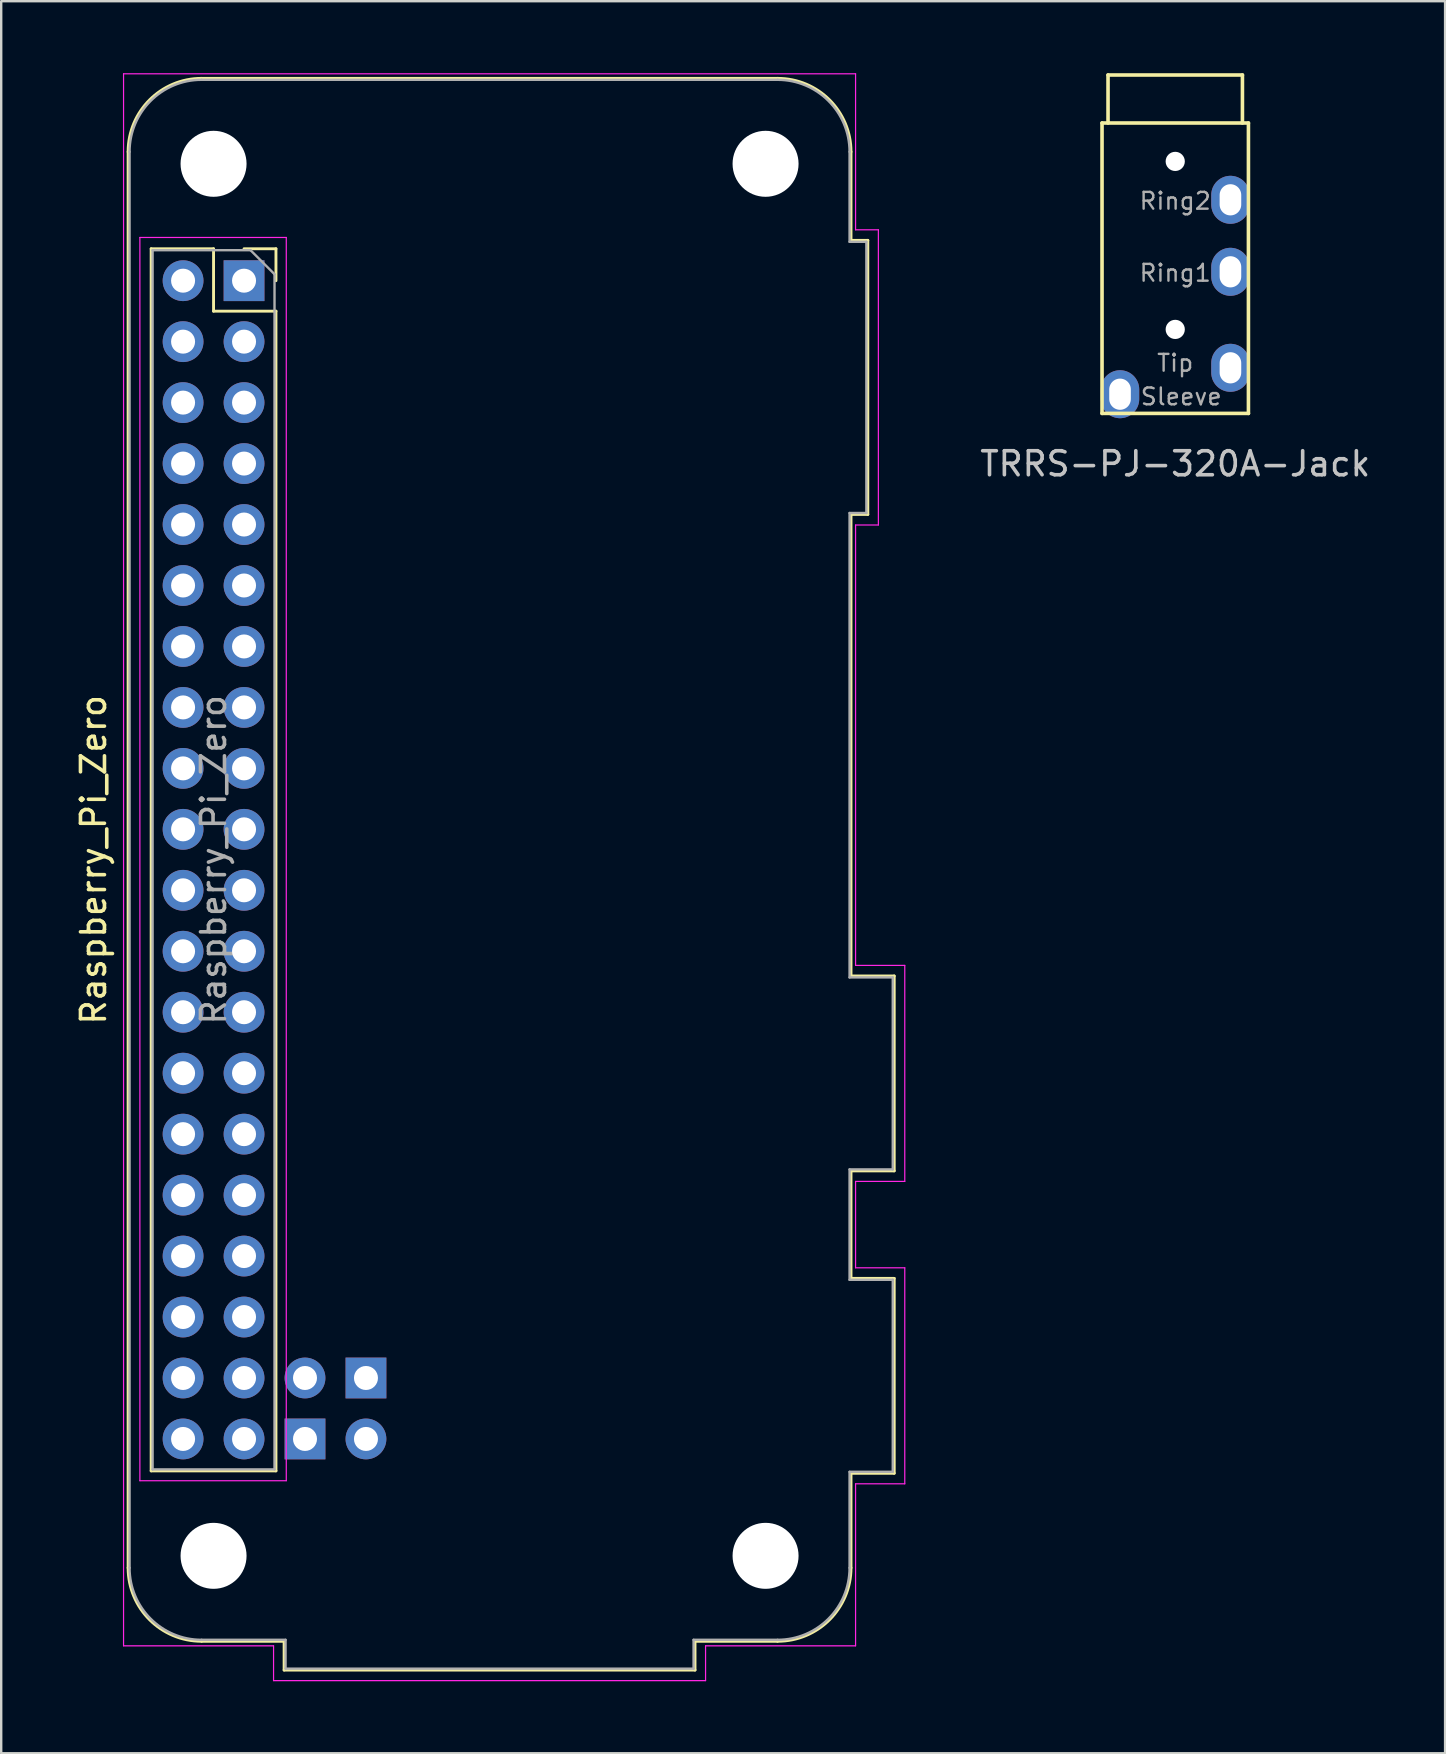
<source format=kicad_pcb>
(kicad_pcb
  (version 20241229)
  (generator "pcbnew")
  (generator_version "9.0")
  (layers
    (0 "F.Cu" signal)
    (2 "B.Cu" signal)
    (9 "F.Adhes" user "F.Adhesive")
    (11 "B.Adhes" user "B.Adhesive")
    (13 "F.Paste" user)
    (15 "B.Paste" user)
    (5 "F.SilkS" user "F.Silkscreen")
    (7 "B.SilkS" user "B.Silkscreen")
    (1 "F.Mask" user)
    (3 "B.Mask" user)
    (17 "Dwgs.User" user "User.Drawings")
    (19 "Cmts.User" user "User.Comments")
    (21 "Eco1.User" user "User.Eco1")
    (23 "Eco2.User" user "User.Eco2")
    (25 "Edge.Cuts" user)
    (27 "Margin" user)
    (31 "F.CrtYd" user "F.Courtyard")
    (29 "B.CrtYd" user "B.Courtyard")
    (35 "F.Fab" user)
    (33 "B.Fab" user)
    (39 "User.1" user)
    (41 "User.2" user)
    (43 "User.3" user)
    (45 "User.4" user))
  (footprint "Raspberry_Pi_Zero"
    (layer "F.Cu")
    (at 7.118 8.645)
    (property "Reference" "Raspberry_Pi_Zero" (at -6.27 24.13 90) (layer "F.SilkS") (effects (font (size 1 1) (thickness 0.15))))
    (attr through_hole)
    (fp_line (start -4.83 53.63) (end -4.83 -5.37) (stroke (width 0.12) (type solid)) (layer "F.SilkS"))
    (fp_line (start -3.87 -1.33) (end -3.87 49.59) (stroke (width 0.12) (type solid)) (layer "F.SilkS"))
    (fp_line (start -3.87 -1.33) (end -1.27 -1.33) (stroke (width 0.12) (type solid)) (layer "F.SilkS"))
    (fp_line (start -3.87 49.59) (end 1.33 49.59) (stroke (width 0.12) (type solid)) (layer "F.SilkS"))
    (fp_line (start -1.77 -8.43) (end 22.23 -8.43) (stroke (width 0.12) (type solid)) (layer "F.SilkS"))
    (fp_line (start -1.27 -1.33) (end -1.27 1.27) (stroke (width 0.12) (type solid)) (layer "F.SilkS"))
    (fp_line (start -1.27 1.27) (end 1.33 1.27) (stroke (width 0.12) (type solid)) (layer "F.SilkS"))
    (fp_line (start 0 -1.33) (end 1.33 -1.33) (stroke (width 0.12) (type solid)) (layer "F.SilkS"))
    (fp_line (start 1.33 -1.33) (end 1.33 0) (stroke (width 0.12) (type solid)) (layer "F.SilkS"))
    (fp_line (start 1.33 1.27) (end 1.33 49.59) (stroke (width 0.12) (type solid)) (layer "F.SilkS"))
    (fp_line (start 1.67 56.69) (end -1.77 56.69) (stroke (width 0.12) (type solid)) (layer "F.SilkS"))
    (fp_line (start 1.67 56.69) (end 1.67 57.89) (stroke (width 0.12) (type solid)) (layer "F.SilkS"))
    (fp_line (start 1.67 57.89) (end 18.79 57.89) (stroke (width 0.12) (type solid)) (layer "F.SilkS"))
    (fp_line (start 18.79 56.69) (end 22.23 56.69) (stroke (width 0.12) (type solid)) (layer "F.SilkS"))
    (fp_line (start 18.79 57.89) (end 18.79 56.69) (stroke (width 0.12) (type solid)) (layer "F.SilkS"))
    (fp_line (start 25.29 -1.68) (end 25.29 -5.37) (stroke (width 0.12) (type solid)) (layer "F.SilkS"))
    (fp_line (start 25.29 9.74) (end 25.99 9.74) (stroke (width 0.12) (type solid)) (layer "F.SilkS"))
    (fp_line (start 25.29 28.97) (end 25.29 9.74) (stroke (width 0.12) (type solid)) (layer "F.SilkS"))
    (fp_line (start 25.29 37.09) (end 27.09 37.09) (stroke (width 0.12) (type solid)) (layer "F.SilkS"))
    (fp_line (start 25.29 41.57) (end 25.29 37.09) (stroke (width 0.12) (type solid)) (layer "F.SilkS"))
    (fp_line (start 25.29 49.69) (end 27.09 49.69) (stroke (width 0.12) (type solid)) (layer "F.SilkS"))
    (fp_line (start 25.29 53.63) (end 25.29 49.69) (stroke (width 0.12) (type solid)) (layer "F.SilkS"))
    (fp_line (start 25.99 -1.68) (end 25.29 -1.68) (stroke (width 0.12) (type solid)) (layer "F.SilkS"))
    (fp_line (start 25.99 9.74) (end 25.99 -1.68) (stroke (width 0.12) (type solid)) (layer "F.SilkS"))
    (fp_line (start 27.09 28.97) (end 25.29 28.97) (stroke (width 0.12) (type solid)) (layer "F.SilkS"))
    (fp_line (start 27.09 37.09) (end 27.09 28.97) (stroke (width 0.12) (type solid)) (layer "F.SilkS"))
    (fp_line (start 27.09 41.57) (end 25.29 41.57) (stroke (width 0.12) (type solid)) (layer "F.SilkS"))
    (fp_line (start 27.09 49.69) (end 27.09 41.57) (stroke (width 0.12) (type solid)) (layer "F.SilkS"))
    (fp_arc (start -4.83 -5.37) (mid -3.933747 -7.533747) (end -1.77 -8.43) (stroke (width 0.12) (type solid)) (layer "F.SilkS"))
    (fp_arc (start -1.77 56.69) (mid -3.933747 55.793747) (end -4.83 53.63) (stroke (width 0.12) (type solid)) (layer "F.SilkS"))
    (fp_arc (start 22.23 -8.43) (mid 24.393747 -7.533747) (end 25.29 -5.37) (stroke (width 0.12) (type solid)) (layer "F.SilkS"))
    (fp_arc (start 25.29 53.63) (mid 24.393747 55.793747) (end 22.23 56.69) (stroke (width 0.12) (type solid)) (layer "F.SilkS"))
    (fp_line (start -5.02 -8.62) (end 25.48 -8.62) (stroke (width 0.05) (type solid)) (layer "F.CrtYd"))
    (fp_line (start -5.02 56.88) (end -5.02 -8.62) (stroke (width 0.05) (type solid)) (layer "F.CrtYd"))
    (fp_line (start -5.02 56.88) (end 1.23 56.88) (stroke (width 0.05) (type solid)) (layer "F.CrtYd"))
    (fp_line (start -4.34 -1.8) (end 1.76 -1.8) (stroke (width 0.05) (type solid)) (layer "F.CrtYd"))
    (fp_line (start -4.34 50) (end -4.34 -1.8) (stroke (width 0.05) (type solid)) (layer "F.CrtYd"))
    (fp_line (start 1.23 58.33) (end 1.23 56.88) (stroke (width 0.05) (type solid)) (layer "F.CrtYd"))
    (fp_line (start 1.76 -1.8) (end 1.76 50) (stroke (width 0.05) (type solid)) (layer "F.CrtYd"))
    (fp_line (start 1.76 50) (end -4.34 50) (stroke (width 0.05) (type solid)) (layer "F.CrtYd"))
    (fp_line (start 19.23 56.88) (end 25.48 56.88) (stroke (width 0.05) (type solid)) (layer "F.CrtYd"))
    (fp_line (start 19.23 58.33) (end 1.23 58.33) (stroke (width 0.05) (type solid)) (layer "F.CrtYd"))
    (fp_line (start 19.23 58.33) (end 19.23 56.88) (stroke (width 0.05) (type solid)) (layer "F.CrtYd"))
    (fp_line (start 25.48 -2.12) (end 25.48 -8.62) (stroke (width 0.05) (type solid)) (layer "F.CrtYd"))
    (fp_line (start 25.48 28.53) (end 25.48 10.18) (stroke (width 0.05) (type solid)) (layer "F.CrtYd"))
    (fp_line (start 25.48 37.53) (end 25.48 41.13) (stroke (width 0.05) (type solid)) (layer "F.CrtYd"))
    (fp_line (start 25.48 50.13) (end 25.48 56.88) (stroke (width 0.05) (type solid)) (layer "F.CrtYd"))
    (fp_line (start 26.43 -2.12) (end 25.48 -2.12) (stroke (width 0.05) (type solid)) (layer "F.CrtYd"))
    (fp_line (start 26.43 -2.12) (end 26.43 10.18) (stroke (width 0.05) (type solid)) (layer "F.CrtYd"))
    (fp_line (start 26.43 10.18) (end 25.48 10.18) (stroke (width 0.05) (type solid)) (layer "F.CrtYd"))
    (fp_line (start 27.53 28.53) (end 25.48 28.53) (stroke (width 0.05) (type solid)) (layer "F.CrtYd"))
    (fp_line (start 27.53 37.53) (end 25.48 37.53) (stroke (width 0.05) (type solid)) (layer "F.CrtYd"))
    (fp_line (start 27.53 37.53) (end 27.53 28.53) (stroke (width 0.05) (type solid)) (layer "F.CrtYd"))
    (fp_line (start 27.53 41.13) (end 25.48 41.13) (stroke (width 0.05) (type solid)) (layer "F.CrtYd"))
    (fp_line (start 27.53 50.13) (end 25.48 50.13) (stroke (width 0.05) (type solid)) (layer "F.CrtYd"))
    (fp_line (start 27.53 50.13) (end 27.53 41.13) (stroke (width 0.05) (type solid)) (layer "F.CrtYd"))
    (fp_line (start -4.77 53.63) (end -4.77 -5.37) (stroke (width 0.1) (type solid)) (layer "F.Fab"))
    (fp_line (start -3.81 -1.27) (end 0.27 -1.27) (stroke (width 0.1) (type solid)) (layer "F.Fab"))
    (fp_line (start -3.81 49.53) (end -3.81 -1.27) (stroke (width 0.1) (type solid)) (layer "F.Fab"))
    (fp_line (start -1.77 -8.37) (end 22.23 -8.37) (stroke (width 0.1) (type solid)) (layer "F.Fab"))
    (fp_line (start -1.77 56.63) (end 1.73 56.63) (stroke (width 0.1) (type solid)) (layer "F.Fab"))
    (fp_line (start 0.27 -1.27) (end 1.27 -0.27) (stroke (width 0.1) (type solid)) (layer "F.Fab"))
    (fp_line (start 1.27 -0.27) (end 1.27 49.53) (stroke (width 0.1) (type solid)) (layer "F.Fab"))
    (fp_line (start 1.27 49.53) (end -3.81 49.53) (stroke (width 0.1) (type solid)) (layer "F.Fab"))
    (fp_line (start 1.73 56.63) (end 1.73 57.83) (stroke (width 0.1) (type solid)) (layer "F.Fab"))
    (fp_line (start 1.73 57.83) (end 18.73 57.83) (stroke (width 0.1) (type solid)) (layer "F.Fab"))
    (fp_line (start 18.73 56.63) (end 18.73 57.83) (stroke (width 0.1) (type solid)) (layer "F.Fab"))
    (fp_line (start 22.23 56.63) (end 18.73 56.63) (stroke (width 0.1) (type solid)) (layer "F.Fab"))
    (fp_line (start 25.23 -1.62) (end 25.23 -5.37) (stroke (width 0.1) (type solid)) (layer "F.Fab"))
    (fp_line (start 25.23 -1.62) (end 25.93 -1.62) (stroke (width 0.1) (type solid)) (layer "F.Fab"))
    (fp_line (start 25.23 9.68) (end 25.93 9.68) (stroke (width 0.1) (type solid)) (layer "F.Fab"))
    (fp_line (start 25.23 29.03) (end 25.23 9.68) (stroke (width 0.1) (type solid)) (layer "F.Fab"))
    (fp_line (start 25.23 37.03) (end 27.03 37.03) (stroke (width 0.1) (type solid)) (layer "F.Fab"))
    (fp_line (start 25.23 41.63) (end 25.23 37.03) (stroke (width 0.1) (type solid)) (layer "F.Fab"))
    (fp_line (start 25.23 49.63) (end 25.23 53.63) (stroke (width 0.1) (type solid)) (layer "F.Fab"))
    (fp_line (start 25.23 49.63) (end 27.03 49.63) (stroke (width 0.1) (type solid)) (layer "F.Fab"))
    (fp_line (start 25.93 9.68) (end 25.93 -1.62) (stroke (width 0.1) (type solid)) (layer "F.Fab"))
    (fp_line (start 27.03 29.03) (end 25.23 29.03) (stroke (width 0.1) (type solid)) (layer "F.Fab"))
    (fp_line (start 27.03 37.03) (end 27.03 29.03) (stroke (width 0.1) (type solid)) (layer "F.Fab"))
    (fp_line (start 27.03 41.63) (end 25.23 41.63) (stroke (width 0.1) (type solid)) (layer "F.Fab"))
    (fp_line (start 27.03 49.63) (end 27.03 41.63) (stroke (width 0.1) (type solid)) (layer "F.Fab"))
    (fp_arc (start -4.77 -5.37) (mid -3.89132 -7.49132) (end -1.77 -8.37) (stroke (width 0.1) (type solid)) (layer "F.Fab"))
    (fp_arc (start -1.77 56.63) (mid -3.89132 55.75132) (end -4.77 53.63) (stroke (width 0.1) (type solid)) (layer "F.Fab"))
    (fp_arc (start 22.23 -8.37) (mid 24.35132 -7.49132) (end 25.23 -5.37) (stroke (width 0.1) (type solid)) (layer "F.Fab"))
    (fp_arc (start 25.23 53.63) (mid 24.35132 55.75132) (end 22.23 56.63) (stroke (width 0.1) (type solid)) (layer "F.Fab"))
    (fp_text user "${REFERENCE}" (at -1.27 24.13 90) (layer "F.Fab") (effects (font (size 1 1) (thickness 0.15))))
    (pad "" np_thru_hole circle (at -1.27 -4.87 90) (size 2.75 2.75) (drill 2.75) (layers "*.Cu" "*.Mask"))
    (pad "" np_thru_hole circle (at -1.27 53.13 90) (size 2.75 2.75) (drill 2.75) (layers "*.Cu" "*.Mask"))
    (pad "" thru_hole oval (at 2.54 45.72) (size 1.7 1.7) (drill 1) (layers "*.Cu" "*.Mask"))
    (pad "" thru_hole rect (at 2.54 48.26) (size 1.7 1.7) (drill 1) (layers "*.Cu" "*.Mask"))
    (pad "" np_thru_hole circle (at 21.73 -4.87 90) (size 2.75 2.75) (drill 2.75) (layers "*.Cu" "*.Mask"))
    (pad "" np_thru_hole circle (at 21.73 53.13 90) (size 2.75 2.75) (drill 2.75) (layers "*.Cu" "*.Mask"))
    (pad "1" thru_hole rect (at 0 0) (size 1.7 1.7) (drill 1) (layers "*.Cu" "*.Mask"))
    (pad "2" thru_hole oval (at -2.54 0) (size 1.7 1.7) (drill 1) (layers "*.Cu" "*.Mask"))
    (pad "3" thru_hole oval (at 0 2.54) (size 1.7 1.7) (drill 1) (layers "*.Cu" "*.Mask"))
    (pad "4" thru_hole oval (at -2.54 2.54) (size 1.7 1.7) (drill 1) (layers "*.Cu" "*.Mask"))
    (pad "5" thru_hole oval (at 0 5.08) (size 1.7 1.7) (drill 1) (layers "*.Cu" "*.Mask"))
    (pad "6" thru_hole oval (at -2.54 5.08) (size 1.7 1.7) (drill 1) (layers "*.Cu" "*.Mask"))
    (pad "7" thru_hole oval (at 0 7.62) (size 1.7 1.7) (drill 1) (layers "*.Cu" "*.Mask"))
    (pad "8" thru_hole oval (at -2.54 7.62) (size 1.7 1.7) (drill 1) (layers "*.Cu" "*.Mask"))
    (pad "9" thru_hole oval (at 0 10.16) (size 1.7 1.7) (drill 1) (layers "*.Cu" "*.Mask"))
    (pad "10" thru_hole oval (at -2.54 10.16) (size 1.7 1.7) (drill 1) (layers "*.Cu" "*.Mask"))
    (pad "11" thru_hole oval (at 0 12.7) (size 1.7 1.7) (drill 1) (layers "*.Cu" "*.Mask"))
    (pad "12" thru_hole oval (at -2.54 12.7) (size 1.7 1.7) (drill 1) (layers "*.Cu" "*.Mask"))
    (pad "13" thru_hole oval (at 0 15.24) (size 1.7 1.7) (drill 1) (layers "*.Cu" "*.Mask"))
    (pad "14" thru_hole oval (at -2.54 15.24) (size 1.7 1.7) (drill 1) (layers "*.Cu" "*.Mask"))
    (pad "15" thru_hole oval (at 0 17.78) (size 1.7 1.7) (drill 1) (layers "*.Cu" "*.Mask"))
    (pad "16" thru_hole oval (at -2.54 17.78) (size 1.7 1.7) (drill 1) (layers "*.Cu" "*.Mask"))
    (pad "17" thru_hole oval (at 0 20.32) (size 1.7 1.7) (drill 1) (layers "*.Cu" "*.Mask"))
    (pad "18" thru_hole oval (at -2.54 20.32) (size 1.7 1.7) (drill 1) (layers "*.Cu" "*.Mask"))
    (pad "19" thru_hole oval (at 0 22.86) (size 1.7 1.7) (drill 1) (layers "*.Cu" "*.Mask"))
    (pad "20" thru_hole oval (at -2.54 22.86) (size 1.7 1.7) (drill 1) (layers "*.Cu" "*.Mask"))
    (pad "21" thru_hole oval (at 0 25.4) (size 1.7 1.7) (drill 1) (layers "*.Cu" "*.Mask"))
    (pad "22" thru_hole oval (at -2.54 25.4) (size 1.7 1.7) (drill 1) (layers "*.Cu" "*.Mask"))
    (pad "23" thru_hole oval (at 0 27.94) (size 1.7 1.7) (drill 1) (layers "*.Cu" "*.Mask"))
    (pad "24" thru_hole oval (at -2.54 27.94) (size 1.7 1.7) (drill 1) (layers "*.Cu" "*.Mask"))
    (pad "25" thru_hole oval (at 0 30.48) (size 1.7 1.7) (drill 1) (layers "*.Cu" "*.Mask"))
    (pad "26" thru_hole oval (at -2.54 30.48) (size 1.7 1.7) (drill 1) (layers "*.Cu" "*.Mask"))
    (pad "27" thru_hole oval (at 0 33.02) (size 1.7 1.7) (drill 1) (layers "*.Cu" "*.Mask"))
    (pad "28" thru_hole oval (at -2.54 33.02) (size 1.7 1.7) (drill 1) (layers "*.Cu" "*.Mask"))
    (pad "29" thru_hole oval (at 0 35.56) (size 1.7 1.7) (drill 1) (layers "*.Cu" "*.Mask"))
    (pad "30" thru_hole oval (at -2.54 35.56) (size 1.7 1.7) (drill 1) (layers "*.Cu" "*.Mask"))
    (pad "31" thru_hole oval (at 0 38.1) (size 1.7 1.7) (drill 1) (layers "*.Cu" "*.Mask"))
    (pad "32" thru_hole oval (at -2.54 38.1) (size 1.7 1.7) (drill 1) (layers "*.Cu" "*.Mask"))
    (pad "33" thru_hole oval (at 0 40.64) (size 1.7 1.7) (drill 1) (layers "*.Cu" "*.Mask"))
    (pad "34" thru_hole oval (at -2.54 40.64) (size 1.7 1.7) (drill 1) (layers "*.Cu" "*.Mask"))
    (pad "35" thru_hole oval (at 0 43.18) (size 1.7 1.7) (drill 1) (layers "*.Cu" "*.Mask"))
    (pad "36" thru_hole oval (at -2.54 43.18) (size 1.7 1.7) (drill 1) (layers "*.Cu" "*.Mask"))
    (pad "37" thru_hole oval (at 0 45.72) (size 1.7 1.7) (drill 1) (layers "*.Cu" "*.Mask"))
    (pad "38" thru_hole oval (at -2.54 45.72) (size 1.7 1.7) (drill 1) (layers "*.Cu" "*.Mask"))
    (pad "39" thru_hole oval (at 0 48.26) (size 1.7 1.7) (drill 1) (layers "*.Cu" "*.Mask"))
    (pad "40" thru_hole oval (at -2.54 48.26) (size 1.7 1.7) (drill 1) (layers "*.Cu" "*.Mask"))
    (pad "41" thru_hole rect (at 5.08 45.72) (size 1.7 1.7) (drill 1) (layers "*.Cu" "*.Mask"))
    (pad "42" thru_hole oval (at 5.08 48.26) (size 1.7 1.7) (drill 1) (layers "*.Cu" "*.Mask")))
  (footprint "TRRS-PJ-320A-Jack"
    (layer "F.Cu")
    (at 45.917 2.075)
    (property "Reference" "TRRS-PJ-320A-Jack" (at 0 14.2 0) (layer "Dwgs.User") (effects (font (size 1 1) (thickness 0.15))))
    (attr through_hole)
    (fp_line (start -3.05 0) (end -3.05 12.1) (stroke (width 0.15) (type solid)) (layer "F.SilkS"))
    (fp_line (start -2.8 0) (end -2.8 -2) (stroke (width 0.15) (type solid)) (layer "F.SilkS"))
    (fp_line (start 2.8 -2) (end -2.8 -2) (stroke (width 0.15) (type solid)) (layer "F.SilkS"))
    (fp_line (start 2.8 0) (end 2.8 -2) (stroke (width 0.15) (type solid)) (layer "F.SilkS"))
    (fp_line (start 3.05 0) (end -3.05 0) (stroke (width 0.15) (type solid)) (layer "F.SilkS"))
    (fp_line (start 3.05 0) (end 3.05 12.1) (stroke (width 0.15) (type solid)) (layer "F.SilkS"))
    (fp_line (start 3.05 12.1) (end -3.05 12.1) (stroke (width 0.15) (type solid)) (layer "F.SilkS"))
    (fp_text user "Ring2" (at 0 3.25 0) (layer "F.Fab") (effects (font (size 0.7 0.7) (thickness 0.1))))
    (fp_text user "Ring1" (at 0 6.25 0) (layer "F.Fab") (effects (font (size 0.7 0.7) (thickness 0.1))))
    (fp_text user "Tip" (at 0 10 0) (layer "F.Fab") (effects (font (size 0.7 0.7) (thickness 0.1))))
    (fp_text user "Sleeve" (at 0.25 11.4 0) (layer "F.Fab") (effects (font (size 0.7 0.7) (thickness 0.1))))
    (pad "" np_thru_hole circle (at 0 1.6) (size 0.8 0.8) (drill 0.8) (layers "*.Cu" "*.Mask"))
    (pad "" np_thru_hole circle (at 0 8.6) (size 0.8 0.8) (drill 0.8) (layers "*.Cu" "*.Mask"))
    (pad "1" thru_hole oval (at -2.3 11.3) (size 1.6 2) (drill oval 0.9 1.3) (layers "*.Cu" "*.Mask"))
    (pad "2" thru_hole oval (at 2.3 10.2) (size 1.6 2) (drill oval 0.9 1.3) (layers "*.Cu" "*.Mask"))
    (pad "3" thru_hole oval (at 2.3 6.2) (size 1.6 2) (drill oval 0.9 1.3) (layers "*.Cu" "*.Mask"))
    (pad "4" thru_hole oval (at 2.3 3.2) (size 1.6 2) (drill oval 0.9 1.3) (layers "*.Cu" "*.Mask")))
  (gr_rect
    (start -3 -3)
    (end 57.161 70)
    (stroke (width 0.1) (type default))
    (fill no)
    (layer "Edge.Cuts")))
</source>
